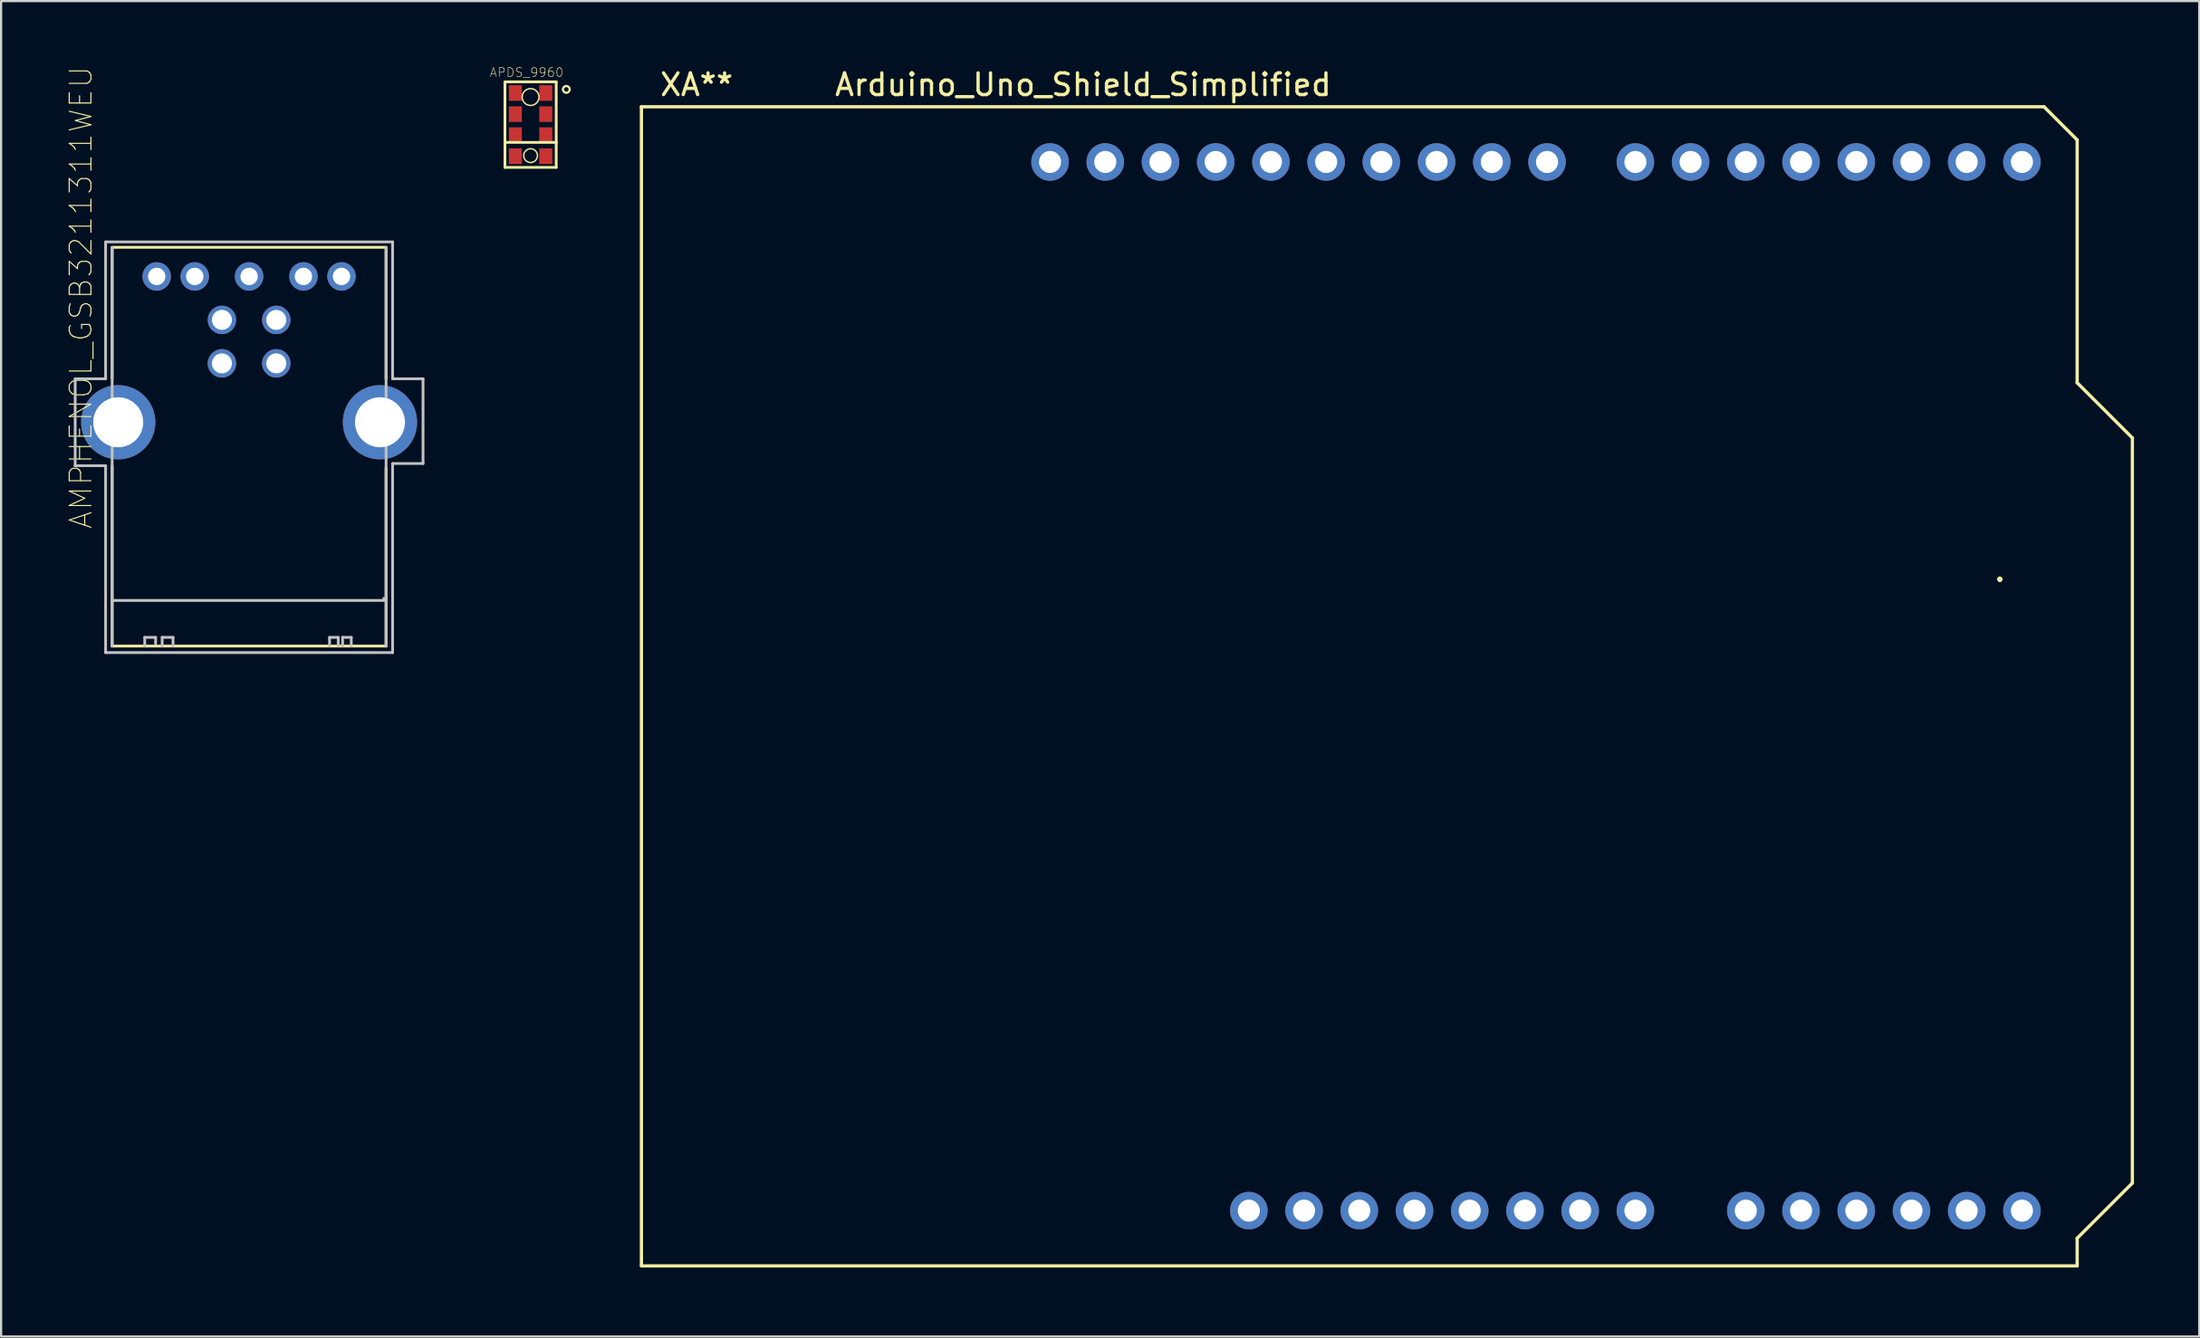
<source format=kicad_pcb>
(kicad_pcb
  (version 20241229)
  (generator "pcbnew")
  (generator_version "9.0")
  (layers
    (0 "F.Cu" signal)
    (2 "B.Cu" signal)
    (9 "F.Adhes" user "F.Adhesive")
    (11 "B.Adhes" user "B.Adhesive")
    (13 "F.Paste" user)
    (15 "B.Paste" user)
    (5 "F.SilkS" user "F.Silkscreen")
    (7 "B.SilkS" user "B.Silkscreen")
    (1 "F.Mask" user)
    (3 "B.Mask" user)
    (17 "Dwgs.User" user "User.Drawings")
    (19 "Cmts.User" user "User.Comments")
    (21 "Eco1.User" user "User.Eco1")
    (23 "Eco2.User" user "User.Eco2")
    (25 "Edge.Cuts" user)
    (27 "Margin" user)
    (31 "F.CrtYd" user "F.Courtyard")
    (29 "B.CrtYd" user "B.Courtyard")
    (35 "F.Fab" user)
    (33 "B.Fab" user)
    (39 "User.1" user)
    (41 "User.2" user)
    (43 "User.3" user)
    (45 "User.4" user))
  (footprint "Arduino_Uno_Shield_Simplified"
    (layer "F.Cu")
    (at 26.453 55.204)
    (property "Reference" "Arduino_Uno_Shield_Simplified" (at 20.32 -54.356 0) (layer "F.SilkS") (effects (font (size 1 1) (thickness 0.15))))
    (attr through_hole)
    (fp_line (start 0 -53.34) (end 0 0) (stroke (width 0.15) (type solid)) (layer "F.SilkS"))
    (fp_line (start 0 -53.34) (end 64.516 -53.34) (stroke (width 0.15) (type solid)) (layer "F.SilkS"))
    (fp_line (start 0 0) (end 66.04 0) (stroke (width 0.15) (type solid)) (layer "F.SilkS"))
    (fp_line (start 64.516 -53.34) (end 66.04 -51.816) (stroke (width 0.15) (type solid)) (layer "F.SilkS"))
    (fp_line (start 66.04 -40.64) (end 66.04 -51.816) (stroke (width 0.15) (type solid)) (layer "F.SilkS"))
    (fp_line (start 66.04 -1.27) (end 68.58 -3.81) (stroke (width 0.15) (type solid)) (layer "F.SilkS"))
    (fp_line (start 66.04 0) (end 66.04 -1.27) (stroke (width 0.15) (type solid)) (layer "F.SilkS"))
    (fp_line (start 68.58 -38.1) (end 66.04 -40.64) (stroke (width 0.15) (type solid)) (layer "F.SilkS"))
    (fp_line (start 68.58 -3.81) (end 68.58 -38.1) (stroke (width 0.15) (type solid)) (layer "F.SilkS"))
    (fp_text user "XA**" (at 2.54 -54.356 0) (layer "F.SilkS") (effects (font (size 1 1) (thickness 0.15))))
    (fp_text user "." (at 62.484 -32.004 0) (layer "F.SilkS") (effects (font (size 1 1) (thickness 0.15))))
    (fp_text user "." (at 62.484 -32.004 0) (layer "F.SilkS") (effects (font (size 1 1) (thickness 0.15))))
    (pad "" thru_hole oval (at 27.94 -2.54) (size 1.727 1.727) (drill 1.016) (layers "*.Cu" "*.Mask"))
    (pad "3V3" thru_hole oval (at 35.56 -2.54) (size 1.727 1.727) (drill 1.016) (layers "*.Cu" "*.Mask"))
    (pad "5V1" thru_hole oval (at 38.1 -2.54) (size 1.727 1.727) (drill 1.016) (layers "*.Cu" "*.Mask"))
    (pad "A0" thru_hole oval (at 50.8 -2.54) (size 1.727 1.727) (drill 1.016) (layers "*.Cu" "*.Mask"))
    (pad "A1" thru_hole oval (at 53.34 -2.54) (size 1.727 1.727) (drill 1.016) (layers "*.Cu" "*.Mask"))
    (pad "A2" thru_hole oval (at 55.88 -2.54) (size 1.727 1.727) (drill 1.016) (layers "*.Cu" "*.Mask"))
    (pad "A3" thru_hole oval (at 58.42 -2.54) (size 1.727 1.727) (drill 1.016) (layers "*.Cu" "*.Mask"))
    (pad "A4" thru_hole oval (at 60.96 -2.54) (size 1.727 1.727) (drill 1.016) (layers "*.Cu" "*.Mask"))
    (pad "A5" thru_hole oval (at 63.5 -2.54) (size 1.727 1.727) (drill 1.016) (layers "*.Cu" "*.Mask"))
    (pad "AREF" thru_hole oval (at 23.876 -50.8) (size 1.727 1.727) (drill 1.016) (layers "*.Cu" "*.Mask"))
    (pad "D0" thru_hole oval (at 63.5 -50.8) (size 1.727 1.727) (drill 1.016) (layers "*.Cu" "*.Mask"))
    (pad "D1" thru_hole oval (at 60.96 -50.8) (size 1.727 1.727) (drill 1.016) (layers "*.Cu" "*.Mask"))
    (pad "D2" thru_hole oval (at 58.42 -50.8) (size 1.727 1.727) (drill 1.016) (layers "*.Cu" "*.Mask"))
    (pad "D3" thru_hole oval (at 55.88 -50.8) (size 1.727 1.727) (drill 1.016) (layers "*.Cu" "*.Mask"))
    (pad "D4" thru_hole oval (at 53.34 -50.8) (size 1.727 1.727) (drill 1.016) (layers "*.Cu" "*.Mask"))
    (pad "D5" thru_hole oval (at 50.8 -50.8) (size 1.727 1.727) (drill 1.016) (layers "*.Cu" "*.Mask"))
    (pad "D6" thru_hole oval (at 48.26 -50.8) (size 1.727 1.727) (drill 1.016) (layers "*.Cu" "*.Mask"))
    (pad "D7" thru_hole oval (at 45.72 -50.8) (size 1.727 1.727) (drill 1.016) (layers "*.Cu" "*.Mask"))
    (pad "D8" thru_hole oval (at 41.656 -50.8) (size 1.727 1.727) (drill 1.016) (layers "*.Cu" "*.Mask"))
    (pad "D9" thru_hole oval (at 39.116 -50.8) (size 1.727 1.727) (drill 1.016) (layers "*.Cu" "*.Mask"))
    (pad "D10" thru_hole oval (at 36.576 -50.8) (size 1.727 1.727) (drill 1.016) (layers "*.Cu" "*.Mask"))
    (pad "D11" thru_hole oval (at 34.036 -50.8) (size 1.727 1.727) (drill 1.016) (layers "*.Cu" "*.Mask"))
    (pad "D12" thru_hole oval (at 31.496 -50.8) (size 1.727 1.727) (drill 1.016) (layers "*.Cu" "*.Mask"))
    (pad "D13" thru_hole oval (at 28.956 -50.8) (size 1.727 1.727) (drill 1.016) (layers "*.Cu" "*.Mask"))
    (pad "GND1" thru_hole oval (at 26.416 -50.8) (size 1.727 1.727) (drill 1.016) (layers "*.Cu" "*.Mask"))
    (pad "GND2" thru_hole oval (at 40.64 -2.54) (size 1.727 1.727) (drill 1.016) (layers "*.Cu" "*.Mask"))
    (pad "GND3" thru_hole oval (at 43.18 -2.54) (size 1.727 1.727) (drill 1.016) (layers "*.Cu" "*.Mask"))
    (pad "IORF" thru_hole oval (at 30.48 -2.54) (size 1.727 1.727) (drill 1.016) (layers "*.Cu" "*.Mask"))
    (pad "RST1" thru_hole oval (at 33.02 -2.54) (size 1.727 1.727) (drill 1.016) (layers "*.Cu" "*.Mask"))
    (pad "SCL" thru_hole oval (at 18.796 -50.8) (size 1.727 1.727) (drill 1.016) (layers "*.Cu" "*.Mask"))
    (pad "SDA" thru_hole oval (at 21.336 -50.8) (size 1.727 1.727) (drill 1.016) (layers "*.Cu" "*.Mask"))
    (pad "VIN" thru_hole oval (at 45.72 -2.54) (size 1.727 1.727) (drill 1.016) (layers "*.Cu" "*.Mask")))
  (footprint "APDS_9960"
    (layer "F.Cu")
    (at 21.355 2.685)
    (property "Reference" "APDS_9960" (at -0.183 -2.403 0) (layer "F.SilkS") (effects (font (size 0.406 0.406) (thickness 0.025))))
    (attr smd)
    (fp_line (start -1.179 -1.968) (end -1.179 0.818) (stroke (width 0.127) (type solid)) (layer "F.SilkS"))
    (fp_line (start -1.179 -1.968) (end 1.179 -1.968) (stroke (width 0.127) (type solid)) (layer "F.SilkS"))
    (fp_line (start -1.179 0.818) (end -1.179 1.968) (stroke (width 0.127) (type solid)) (layer "F.SilkS"))
    (fp_line (start -1.179 0.818) (end 1.179 0.818) (stroke (width 0.127) (type solid)) (layer "F.SilkS"))
    (fp_line (start -1.179 1.968) (end 1.179 1.968) (stroke (width 0.127) (type solid)) (layer "F.SilkS"))
    (fp_line (start 1.179 -1.968) (end 1.179 0.818) (stroke (width 0.127) (type solid)) (layer "F.SilkS"))
    (fp_line (start 1.179 0.818) (end 1.179 1.968) (stroke (width 0.127) (type solid)) (layer "F.SilkS"))
    (fp_circle (center 0 -1.27) (end -0.274 -1.544) (stroke (width 0.064) (type solid)) (fill no) (layer "F.SilkS"))
    (fp_circle (center 0 1.427) (end -0.224 1.651) (stroke (width 0.064) (type solid)) (fill no) (layer "F.SilkS"))
    (fp_circle (center 1.643 -1.621) (end 1.798 -1.621) (stroke (width 0.102) (type solid)) (fill no) (layer "F.SilkS"))
    (pad "1" smd rect (at 0.699 -1.453) (size 0.599 0.719) (layers "F.Cu" "F.Mask" "F.Paste"))
    (pad "2" smd rect (at 0.699 -0.483) (size 0.599 0.719) (layers "F.Cu" "F.Mask" "F.Paste"))
    (pad "3" smd rect (at 0.699 0.483) (size 0.599 0.719) (layers "F.Cu" "F.Mask" "F.Paste"))
    (pad "4" smd rect (at 0.699 1.453) (size 0.599 0.719) (layers "F.Cu" "F.Mask" "F.Paste"))
    (pad "5" smd rect (at -0.699 1.453) (size 0.599 0.719) (layers "F.Cu" "F.Mask" "F.Paste"))
    (pad "6" smd rect (at -0.699 0.483) (size 0.599 0.719) (layers "F.Cu" "F.Mask" "F.Paste"))
    (pad "7" smd rect (at -0.699 -0.483) (size 0.599 0.719) (layers "F.Cu" "F.Mask" "F.Paste"))
    (pad "8" smd rect (at -0.699 -1.453) (size 0.599 0.719) (layers "F.Cu" "F.Mask" "F.Paste")))
  (footprint "AMPHENOL_GSB3211311WEU"
    (layer "F.Cu")
    (at 8.408 16.382)
    (property "Reference" "AMPHENOL_GSB3211311WEU" (at -7.735 -5.74 90) (layer "F.SilkS") (effects (font (size 1 1) (thickness 0.05))))
    (attr through_hole)
    (fp_line (start -6.3 -8) (end -6.3 -2) (stroke (width 0.127) (type solid)) (layer "F.SilkS"))
    (fp_line (start -6.3 2) (end -6.3 10.3) (stroke (width 0.127) (type solid)) (layer "F.SilkS"))
    (fp_line (start -6.3 10.3) (end 6.3 10.3) (stroke (width 0.127) (type solid)) (layer "F.SilkS"))
    (fp_line (start 6.3 -8.05) (end -6.3 -8.05) (stroke (width 0.127) (type solid)) (layer "F.SilkS"))
    (fp_line (start 6.3 -8) (end 6.3 -2) (stroke (width 0.127) (type solid)) (layer "F.SilkS"))
    (fp_line (start 6.3 10.3) (end 6.3 2.1) (stroke (width 0.127) (type solid)) (layer "F.SilkS"))
    (fp_line (start -8 -2) (end -6.6 -2) (stroke (width 0.127) (type solid)) (layer "Dwgs.User"))
    (fp_line (start -8 2) (end -8 -2) (stroke (width 0.127) (type solid)) (layer "Dwgs.User"))
    (fp_line (start -6.6 -8.3) (end 6.6 -8.3) (stroke (width 0.127) (type solid)) (layer "Dwgs.User"))
    (fp_line (start -6.6 -2) (end -6.6 -8.3) (stroke (width 0.127) (type solid)) (layer "Dwgs.User"))
    (fp_line (start -6.6 2) (end -8 2) (stroke (width 0.127) (type solid)) (layer "Dwgs.User"))
    (fp_line (start -6.6 10.6) (end -6.6 2) (stroke (width 0.127) (type solid)) (layer "Dwgs.User"))
    (fp_line (start -6.3 -8.05) (end -6.3 8.2) (stroke (width 0.127) (type solid)) (layer "Dwgs.User"))
    (fp_line (start -6.3 8.2) (end -6.3 10.3) (stroke (width 0.127) (type solid)) (layer "Dwgs.User"))
    (fp_line (start -6.3 8.2) (end 6.2 8.2) (stroke (width 0.127) (type solid)) (layer "Dwgs.User"))
    (fp_line (start -4.8 9.9) (end -4.3 9.9) (stroke (width 0.127) (type solid)) (layer "Dwgs.User"))
    (fp_line (start -4.8 10.3) (end -4.8 9.9) (stroke (width 0.127) (type solid)) (layer "Dwgs.User"))
    (fp_line (start -4.3 9.9) (end -4.3 10.2) (stroke (width 0.127) (type solid)) (layer "Dwgs.User"))
    (fp_line (start -4 9.9) (end -3.5 9.9) (stroke (width 0.127) (type solid)) (layer "Dwgs.User"))
    (fp_line (start -4 10.3) (end -4 9.9) (stroke (width 0.127) (type solid)) (layer "Dwgs.User"))
    (fp_line (start -3.5 9.9) (end -3.5 10.3) (stroke (width 0.127) (type solid)) (layer "Dwgs.User"))
    (fp_line (start 3.7 9.9) (end 3.7 10.3) (stroke (width 0.127) (type solid)) (layer "Dwgs.User"))
    (fp_line (start 4.1 9.9) (end 3.7 9.9) (stroke (width 0.127) (type solid)) (layer "Dwgs.User"))
    (fp_line (start 4.1 10.3) (end 4.1 9.9) (stroke (width 0.127) (type solid)) (layer "Dwgs.User"))
    (fp_line (start 4.3 9.9) (end 4.7 9.9) (stroke (width 0.127) (type solid)) (layer "Dwgs.User"))
    (fp_line (start 4.3 10.3) (end 4.3 9.9) (stroke (width 0.127) (type solid)) (layer "Dwgs.User"))
    (fp_line (start 4.7 9.9) (end 4.7 10.3) (stroke (width 0.127) (type solid)) (layer "Dwgs.User"))
    (fp_line (start 6.2 8.2) (end 6.2 8.1) (stroke (width 0.127) (type solid)) (layer "Dwgs.User"))
    (fp_line (start 6.3 10.3) (end 6.3 -8.05) (stroke (width 0.127) (type solid)) (layer "Dwgs.User"))
    (fp_line (start 6.6 -8.3) (end 6.6 -2) (stroke (width 0.127) (type solid)) (layer "Dwgs.User"))
    (fp_line (start 6.6 -2) (end 8 -2) (stroke (width 0.127) (type solid)) (layer "Dwgs.User"))
    (fp_line (start 6.6 1.9) (end 6.6 10.6) (stroke (width 0.127) (type solid)) (layer "Dwgs.User"))
    (fp_line (start 6.6 10.6) (end -6.6 10.6) (stroke (width 0.127) (type solid)) (layer "Dwgs.User"))
    (fp_line (start 8 -2) (end 8 1.9) (stroke (width 0.127) (type solid)) (layer "Dwgs.User"))
    (fp_line (start 8 1.9) (end 6.6 1.9) (stroke (width 0.127) (type solid)) (layer "Dwgs.User"))
    (pad "1" thru_hole circle (at 1.25 -4.71) (size 1.308 1.308) (drill 0.92) (layers "*.Cu" "*.Mask"))
    (pad "2" thru_hole circle (at -1.25 -4.71) (size 1.308 1.308) (drill 0.92) (layers "*.Cu" "*.Mask"))
    (pad "3" thru_hole circle (at -1.25 -2.71) (size 1.308 1.308) (drill 0.92) (layers "*.Cu" "*.Mask"))
    (pad "4" thru_hole circle (at 1.25 -2.71) (size 1.308 1.308) (drill 0.92) (layers "*.Cu" "*.Mask"))
    (pad "5" thru_hole circle (at -4.25 -6.71) (size 1.308 1.308) (drill 0.8) (layers "*.Cu" "*.Mask"))
    (pad "6" thru_hole circle (at -2.5 -6.71) (size 1.308 1.308) (drill 0.8) (layers "*.Cu" "*.Mask"))
    (pad "7" thru_hole circle (at 0 -6.71) (size 1.308 1.308) (drill 0.8) (layers "*.Cu" "*.Mask"))
    (pad "8" thru_hole circle (at 2.5 -6.71) (size 1.308 1.308) (drill 0.8) (layers "*.Cu" "*.Mask"))
    (pad "9" thru_hole circle (at 4.25 -6.71) (size 1.308 1.308) (drill 0.8) (layers "*.Cu" "*.Mask"))
    (pad "P$1" thru_hole circle (at -6.02 0) (size 3.416 3.416) (drill 2.3) (layers "*.Cu" "*.Mask"))
    (pad "P$2" thru_hole circle (at 6.02 0) (size 3.416 3.416) (drill 2.3) (layers "*.Cu" "*.Mask")))
  (gr_rect
    (start -3 -3)
    (end 98.108 58.454)
    (stroke (width 0.1) (type default))
    (fill no)
    (layer "Edge.Cuts")))
</source>
